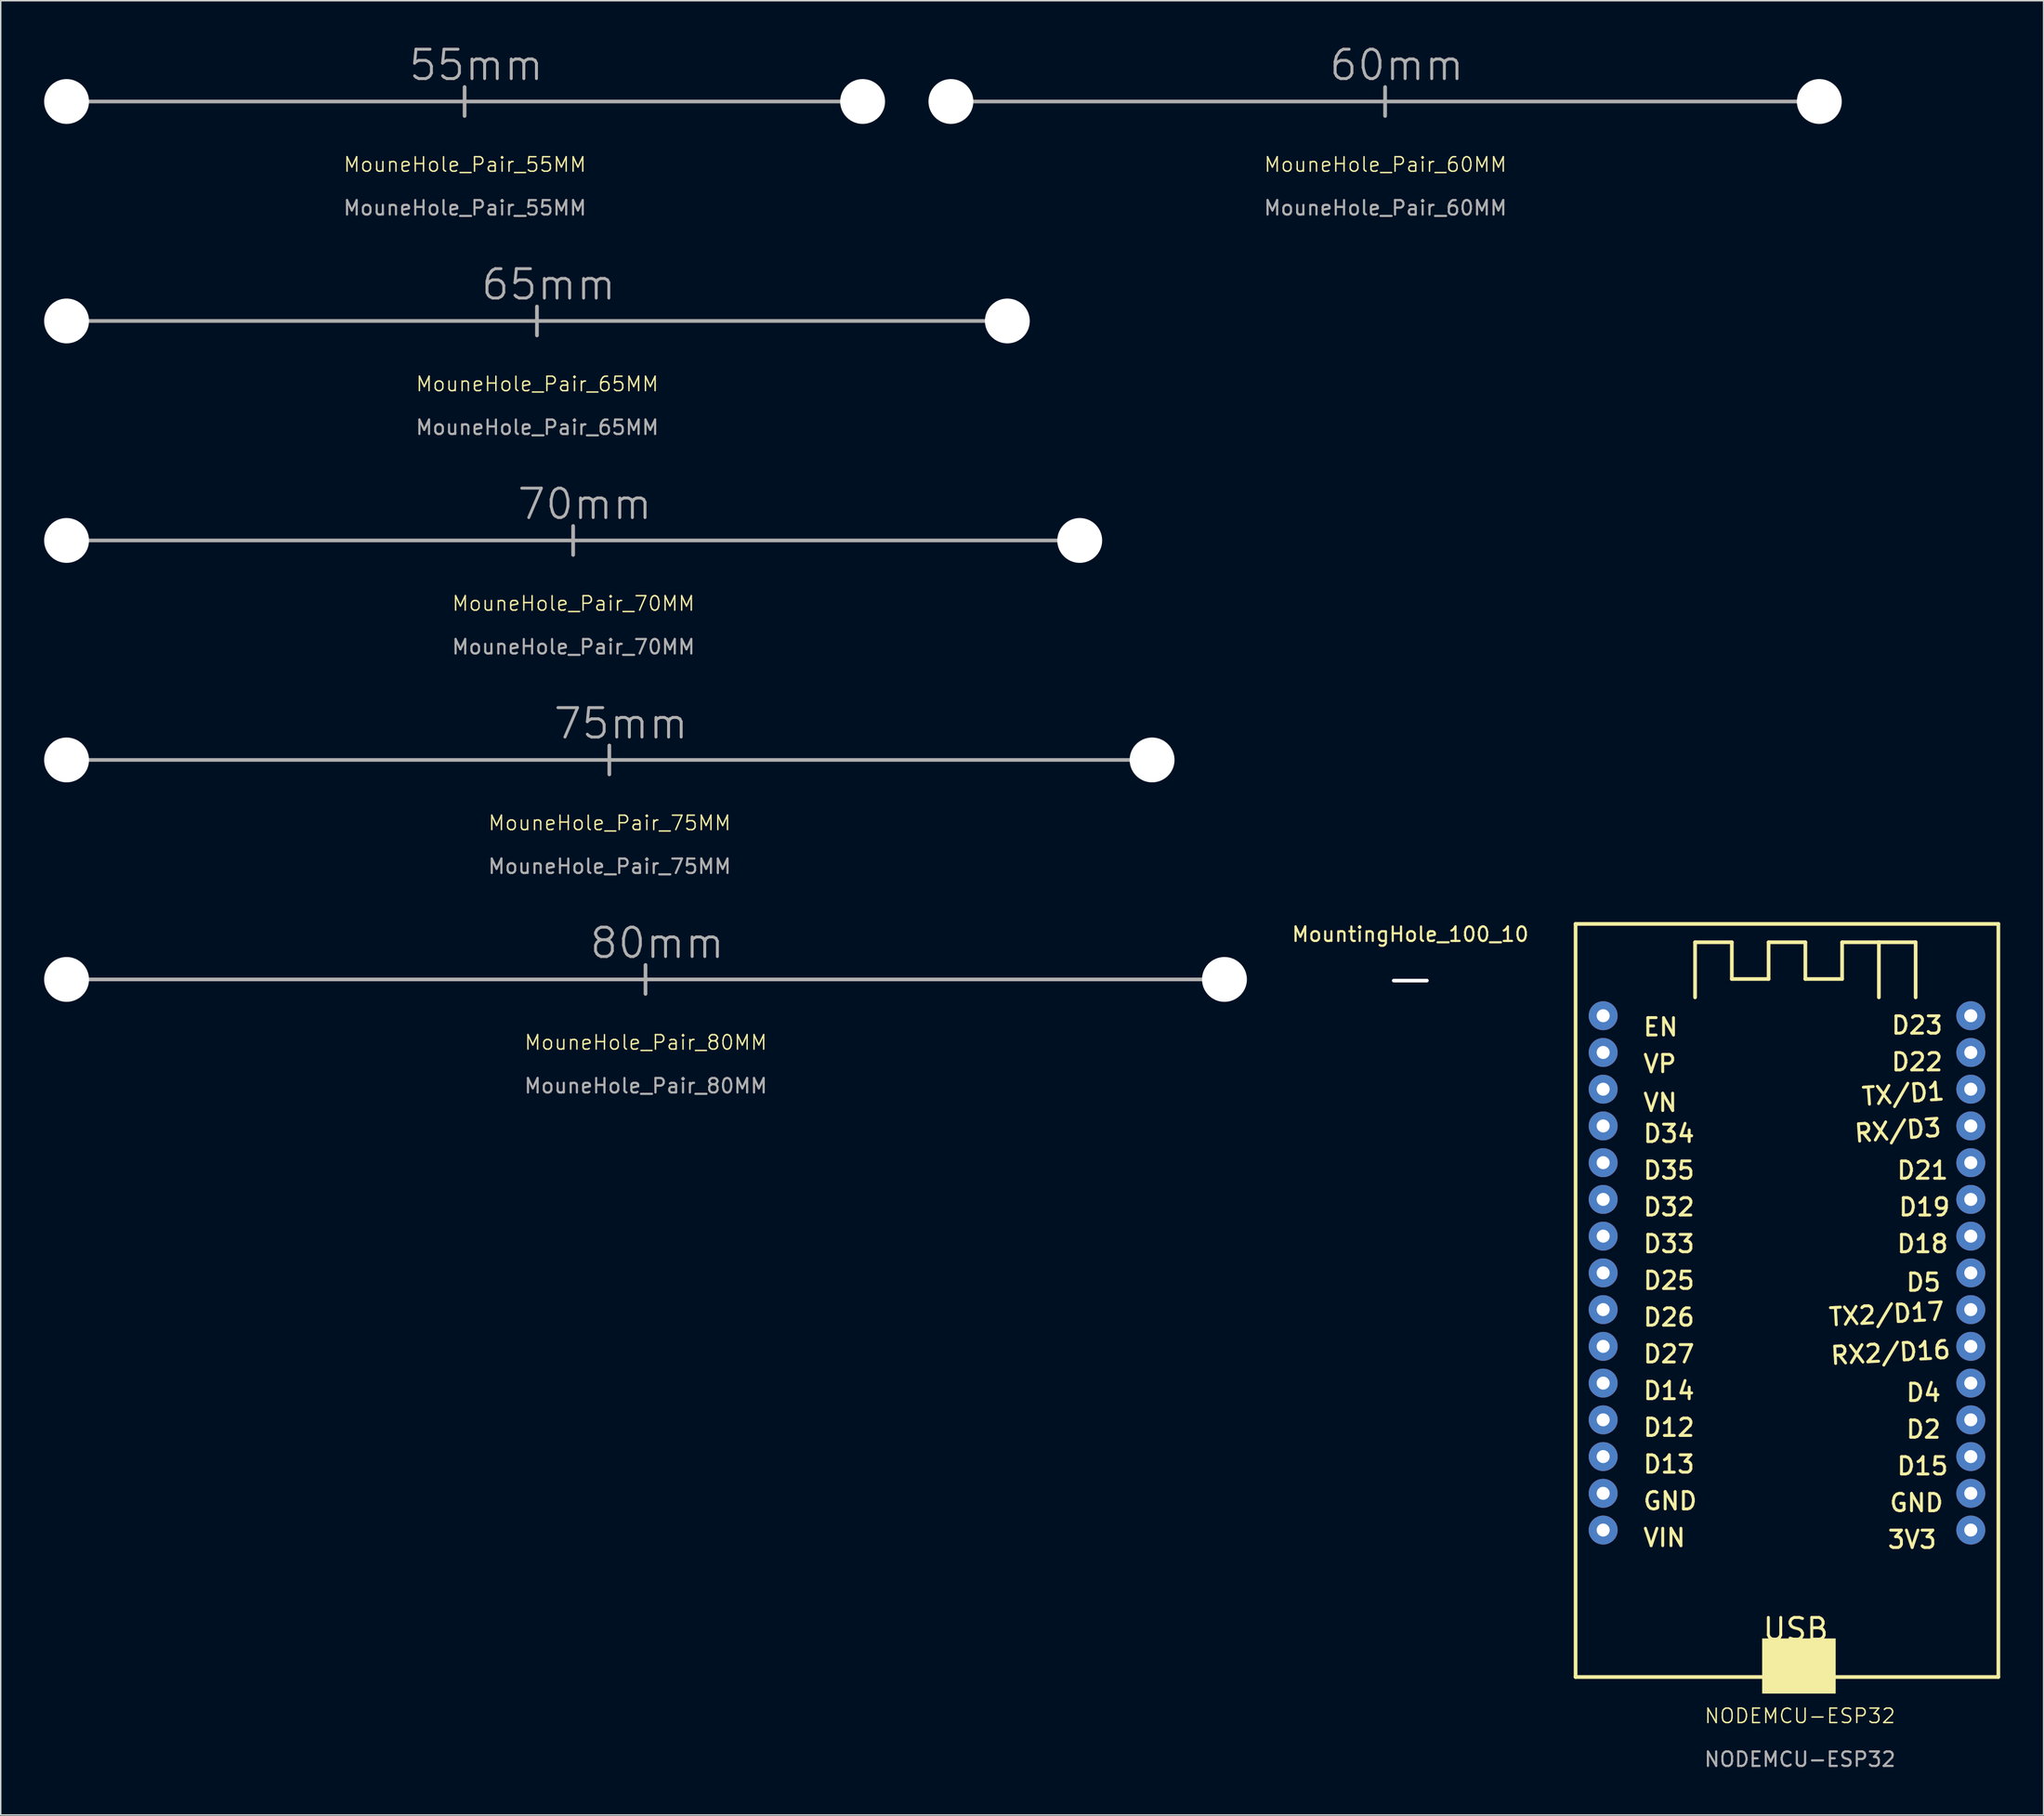
<source format=kicad_pcb>
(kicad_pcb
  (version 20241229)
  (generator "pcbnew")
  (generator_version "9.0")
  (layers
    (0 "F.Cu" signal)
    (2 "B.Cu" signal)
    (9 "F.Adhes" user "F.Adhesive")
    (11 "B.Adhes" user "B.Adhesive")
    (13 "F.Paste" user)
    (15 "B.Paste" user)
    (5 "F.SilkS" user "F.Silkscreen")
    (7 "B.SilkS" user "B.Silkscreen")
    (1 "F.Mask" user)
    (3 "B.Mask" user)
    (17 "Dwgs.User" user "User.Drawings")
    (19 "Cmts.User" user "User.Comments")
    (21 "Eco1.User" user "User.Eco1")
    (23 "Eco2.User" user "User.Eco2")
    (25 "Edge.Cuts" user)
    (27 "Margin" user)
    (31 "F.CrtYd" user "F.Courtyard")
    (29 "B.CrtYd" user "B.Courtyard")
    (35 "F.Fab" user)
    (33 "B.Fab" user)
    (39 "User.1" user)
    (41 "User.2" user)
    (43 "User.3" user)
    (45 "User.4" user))
  (footprint "MouneHole_Pair_70MM"
    (layer "F.Cu")
    (at 36.55 34.316)
    (property "Reference" "MouneHole_Pair_70MM" (at 0.02 4.36 0) (unlocked yes) (layer "F.SilkS") (effects (font (size 1 1) (thickness 0.1))))
    (attr through_hole)
    (fp_line (start -35 0) (end 35 0) (stroke (width 0.254) (type solid)) (layer "F.Fab"))
    (fp_line (start 0 1) (end 0 -1) (stroke (width 0.254) (type solid)) (layer "F.Fab"))
    (fp_text user "${REFERENCE}" (at 0.02 7.36 0) (unlocked yes) (layer "F.Fab") (effects (font (size 1 1) (thickness 0.15))))
    (fp_text user "70mm" (at -3.975 -1.325 0) (unlocked yes) (layer "F.Fab") (effects (font (size 2.032 2.032) (thickness 0.203)) (justify left bottom)))
    (pad "" np_thru_hole circle (at -35 0) (size 3.1 3.1) (drill 3.1) (layers "*.Cu" "*.Mask"))
    (pad "" np_thru_hole circle (at 35 0) (size 3.1 3.1) (drill 3.1) (layers "*.Cu" "*.Mask")))
  (footprint "MouneHole_Pair_55MM"
    (layer "F.Cu")
    (at 29.05 3.967)
    (property "Reference" "MouneHole_Pair_55MM" (at 0.02 4.36 0) (unlocked yes) (layer "F.SilkS") (effects (font (size 1 1) (thickness 0.1))))
    (attr through_hole)
    (fp_line (start -27.5 0) (end 27.5 0) (stroke (width 0.254) (type solid)) (layer "F.Fab"))
    (fp_line (start 0 1) (end 0 -1) (stroke (width 0.254) (type solid)) (layer "F.Fab"))
    (fp_text user "55mm" (at -3.975 -1.325 0) (unlocked yes) (layer "F.Fab") (effects (font (size 2.032 2.032) (thickness 0.203)) (justify left bottom)))
    (fp_text user "${REFERENCE}" (at 0.02 7.36 0) (unlocked yes) (layer "F.Fab") (effects (font (size 1 1) (thickness 0.15))))
    (pad "" np_thru_hole circle (at -27.5 0) (size 3.1 3.1) (drill 3.1) (layers "*.Cu" "*.Mask"))
    (pad "" np_thru_hole circle (at 27.5 0) (size 3.1 3.1) (drill 3.1) (layers "*.Cu" "*.Mask")))
  (footprint "MountingHole_100_10"
    (layer "F.Cu")
    (at 94.392 64.748)
    (property "Reference" "MountingHole_100_10" (at 0 -3.2 0) (layer "F.SilkS") (effects (font (size 1 1) (thickness 0.15))))
    (attr exclude_from_pos_files exclude_from_bom)
    (pad "" np_thru_hole oval (at 0 0) (size 2.54 0.254) (drill oval 2.54 0.254) (layers "*.Cu" "*.Mask")))
  (footprint "MouneHole_Pair_60MM"
    (layer "F.Cu")
    (at 92.65 3.967)
    (property "Reference" "MouneHole_Pair_60MM" (at 0.02 4.36 0) (unlocked yes) (layer "F.SilkS") (effects (font (size 1 1) (thickness 0.1))))
    (attr through_hole)
    (fp_line (start -30 0) (end 30 0) (stroke (width 0.254) (type solid)) (layer "F.Fab"))
    (fp_line (start 0 1) (end 0 -1) (stroke (width 0.254) (type solid)) (layer "F.Fab"))
    (fp_text user "${REFERENCE}" (at 0.02 7.36 0) (unlocked yes) (layer "F.Fab") (effects (font (size 1 1) (thickness 0.15))))
    (fp_text user "60mm" (at -3.975 -1.325 0) (unlocked yes) (layer "F.Fab") (effects (font (size 2.032 2.032) (thickness 0.203)) (justify left bottom)))
    (pad "" np_thru_hole circle (at -30 0) (size 3.1 3.1) (drill 3.1) (layers "*.Cu" "*.Mask"))
    (pad "" np_thru_hole circle (at 30 0) (size 3.1 3.1) (drill 3.1) (layers "*.Cu" "*.Mask")))
  (footprint "MouneHole_Pair_80MM"
    (layer "F.Cu")
    (at 41.55 64.666)
    (property "Reference" "MouneHole_Pair_80MM" (at 0.02 4.36 0) (unlocked yes) (layer "F.SilkS") (effects (font (size 1 1) (thickness 0.1))))
    (attr through_hole)
    (fp_line (start -40 0) (end 40 0) (stroke (width 0.254) (type solid)) (layer "F.Fab"))
    (fp_line (start 0 1) (end 0 -1) (stroke (width 0.254) (type solid)) (layer "F.Fab"))
    (fp_text user "${REFERENCE}" (at 0.02 7.36 0) (unlocked yes) (layer "F.Fab") (effects (font (size 1 1) (thickness 0.15))))
    (fp_text user "80mm" (at -3.975 -1.325 0) (unlocked yes) (layer "F.Fab") (effects (font (size 2.032 2.032) (thickness 0.203)) (justify left bottom)))
    (pad "" np_thru_hole circle (at -40 0) (size 3.1 3.1) (drill 3.1) (layers "*.Cu" "*.Mask"))
    (pad "" np_thru_hole circle (at 40 0) (size 3.1 3.1) (drill 3.1) (layers "*.Cu" "*.Mask")))
  (footprint "MouneHole_Pair_65MM"
    (layer "F.Cu")
    (at 34.05 19.141)
    (property "Reference" "MouneHole_Pair_65MM" (at 0.02 4.36 0) (unlocked yes) (layer "F.SilkS") (effects (font (size 1 1) (thickness 0.1))))
    (attr through_hole)
    (fp_line (start -32.5 0) (end 32.5 0) (stroke (width 0.254) (type solid)) (layer "F.Fab"))
    (fp_line (start 0 1) (end 0 -1) (stroke (width 0.254) (type solid)) (layer "F.Fab"))
    (fp_text user "${REFERENCE}" (at 0.02 7.36 0) (unlocked yes) (layer "F.Fab") (effects (font (size 1 1) (thickness 0.15))))
    (fp_text user "65mm" (at -3.975 -1.325 0) (unlocked yes) (layer "F.Fab") (effects (font (size 2.032 2.032) (thickness 0.203)) (justify left bottom)))
    (pad "" np_thru_hole circle (at -32.5 0) (size 3.1 3.1) (drill 3.1) (layers "*.Cu" "*.Mask"))
    (pad "" np_thru_hole circle (at 32.5 0) (size 3.1 3.1) (drill 3.1) (layers "*.Cu" "*.Mask")))
  (footprint "NODEMCU-ESP32"
    (layer "F.Cu")
    (at 121.481 87.256)
    (property "Reference" "NODEMCU-ESP32" (at -0.17 28.33 0) (unlocked yes) (layer "F.SilkS") (effects (font (size 1 1) (thickness 0.1))))
    (attr through_hole)
    (fp_line (start -15.67 -26.43) (end 13.54 -26.43) (stroke (width 0.254) (type solid)) (layer "F.SilkS"))
    (fp_line (start -15.67 25.64) (end -15.67 -26.43) (stroke (width 0.254) (type solid)) (layer "F.SilkS"))
    (fp_line (start -15.67 25.64) (end 13.54 25.64) (stroke (width 0.254) (type solid)) (layer "F.SilkS"))
    (fp_line (start -7.415 -25.16) (end -4.875 -25.16) (stroke (width 0.254) (type solid)) (layer "F.SilkS"))
    (fp_line (start -7.415 -21.35) (end -7.415 -25.16) (stroke (width 0.254) (type solid)) (layer "F.SilkS"))
    (fp_line (start -4.875 -22.62) (end -4.875 -25.16) (stroke (width 0.254) (type solid)) (layer "F.SilkS"))
    (fp_line (start -4.875 -22.62) (end -2.335 -22.62) (stroke (width 0.254) (type solid)) (layer "F.SilkS"))
    (fp_line (start -2.335 -25.16) (end 0.205 -25.16) (stroke (width 0.254) (type solid)) (layer "F.SilkS"))
    (fp_line (start -2.335 -22.62) (end -2.335 -25.16) (stroke (width 0.254) (type solid)) (layer "F.SilkS"))
    (fp_line (start 0.205 -22.62) (end 0.205 -25.16) (stroke (width 0.254) (type solid)) (layer "F.SilkS"))
    (fp_line (start 0.205 -22.62) (end 2.745 -22.62) (stroke (width 0.254) (type solid)) (layer "F.SilkS"))
    (fp_line (start 2.745 -25.16) (end 5.285 -25.16) (stroke (width 0.254) (type solid)) (layer "F.SilkS"))
    (fp_line (start 2.745 -22.62) (end 2.745 -25.16) (stroke (width 0.254) (type solid)) (layer "F.SilkS"))
    (fp_line (start 5.285 -25.16) (end 7.825 -25.16) (stroke (width 0.254) (type solid)) (layer "F.SilkS"))
    (fp_line (start 5.285 -21.35) (end 5.285 -25.16) (stroke (width 0.254) (type solid)) (layer "F.SilkS"))
    (fp_line (start 7.825 -21.35) (end 7.825 -25.16) (stroke (width 0.254) (type solid)) (layer "F.SilkS"))
    (fp_line (start 13.54 25.64) (end 13.54 -26.43) (stroke (width 0.254) (type solid)) (layer "F.SilkS"))
    (fp_poly (pts (xy -2.78 22.974) (xy 2.3 22.974) (xy 2.3 26.784) (xy -2.78 26.784)) (stroke (width 0) (type default)) (fill yes) (layer "F.SilkS"))
    (fp_line (start -0.24 0.05) (end -0.239 0.05) (stroke (width 0.003) (type solid)) (layer "Eco1.User"))
    (fp_text user "D35" (at -11.098 -8.685 0) (unlocked yes) (layer "F.SilkS") (effects (font (size 1.2 1.2) (thickness 0.203)) (justify left bottom)))
    (fp_text user "D12" (at -11.098 9.095 0) (unlocked yes) (layer "F.SilkS") (effects (font (size 1.2 1.2) (thickness 0.203)) (justify left bottom)))
    (fp_text user "D15" (at 6.428 11.762 0) (unlocked yes) (layer "F.SilkS") (effects (font (size 1.2 1.2) (thickness 0.203)) (justify left bottom)))
    (fp_text user "D5" (at 7.063 -0.938 0) (unlocked yes) (layer "F.SilkS") (effects (font (size 1.2 1.2) (thickness 0.203)) (justify left bottom)))
    (fp_text user "VN" (at -11.098 -13.369 0) (unlocked yes) (layer "F.SilkS") (effects (font (size 1.2 1.2) (thickness 0.203)) (justify left bottom)))
    (fp_text user "D26" (at -11.098 1.475 0) (unlocked yes) (layer "F.SilkS") (effects (font (size 1.2 1.2) (thickness 0.203)) (justify left bottom)))
    (fp_text user "TX/D1" (at 4.057 -13.766 4) (unlocked yes) (layer "F.SilkS") (effects (font (size 1.2 1.2) (thickness 0.203)) (justify left bottom)))
    (fp_text user "D27" (at -11.098 4.015 0) (unlocked yes) (layer "F.SilkS") (effects (font (size 1.2 1.2) (thickness 0.203)) (justify left bottom)))
    (fp_text user "D34" (at -11.098 -11.225 0) (unlocked yes) (layer "F.SilkS") (effects (font (size 1.2 1.2) (thickness 0.203)) (justify left bottom)))
    (fp_text user "D19" (at 6.555 -6.145 0) (unlocked yes) (layer "F.SilkS") (effects (font (size 1.2 1.2) (thickness 0.203)) (justify left bottom)))
    (fp_text user "D14" (at -11.098 6.555 0) (unlocked yes) (layer "F.SilkS") (effects (font (size 1.2 1.2) (thickness 0.203)) (justify left bottom)))
    (fp_text user "D23" (at 6.047 -18.718 0) (unlocked yes) (layer "F.SilkS") (effects (font (size 1.2 1.2) (thickness 0.203)) (justify left bottom)))
    (fp_text user "D13" (at -11.098 11.635 0) (unlocked yes) (layer "F.SilkS") (effects (font (size 1.2 1.2) (thickness 0.203)) (justify left bottom)))
    (fp_text user "D25" (at -11.098 -1.065 0) (unlocked yes) (layer "F.SilkS") (effects (font (size 1.2 1.2) (thickness 0.203)) (justify left bottom)))
    (fp_text user "TX2/D17" (at 1.76 1.474 3) (unlocked yes) (layer "F.SilkS") (effects (font (size 1.2 1.2) (thickness 0.203)) (justify left bottom)))
    (fp_text user "USB" (at -2.843 23.215 0) (unlocked yes) (layer "F.SilkS") (effects (font (size 1.5 1.5) (thickness 0.203)) (justify left bottom)))
    (fp_text user "VP" (at -11.098 -16.051 0) (unlocked yes) (layer "F.SilkS") (effects (font (size 1.2 1.2) (thickness 0.203)) (justify left bottom)))
    (fp_text user "D2" (at 7.063 9.222 0) (unlocked yes) (layer "F.SilkS") (effects (font (size 1.2 1.2) (thickness 0.203)) (justify left bottom)))
    (fp_text user "3V3" (at 5.793 16.842 0) (unlocked yes) (layer "F.SilkS") (effects (font (size 1.2 1.2) (thickness 0.203)) (justify left bottom)))
    (fp_text user "VIN" (at -11.098 16.715 0) (unlocked yes) (layer "F.SilkS") (effects (font (size 1.2 1.2) (thickness 0.203)) (justify left bottom)))
    (fp_text user "D18" (at 6.428 -3.605 0) (unlocked yes) (layer "F.SilkS") (effects (font (size 1.2 1.2) (thickness 0.203)) (justify left bottom)))
    (fp_text user "RX2/D16" (at 1.887 4.141 3) (unlocked yes) (layer "F.SilkS") (effects (font (size 1.2 1.2) (thickness 0.203)) (justify left bottom)))
    (fp_text user "D22" (at 6.047 -16.178 0) (unlocked yes) (layer "F.SilkS") (effects (font (size 1.2 1.2) (thickness 0.203)) (justify left bottom)))
    (fp_text user "D4" (at 7.063 6.682 0) (unlocked yes) (layer "F.SilkS") (effects (font (size 1.2 1.2) (thickness 0.203)) (justify left bottom)))
    (fp_text user "RX/D3" (at 3.549 -11.226 4) (unlocked yes) (layer "F.SilkS") (effects (font (size 1.2 1.2) (thickness 0.203)) (justify left bottom)))
    (fp_text user "GND" (at -11.098 14.175 0) (unlocked yes) (layer "F.SilkS") (effects (font (size 1.2 1.2) (thickness 0.203)) (justify left bottom)))
    (fp_text user "D32" (at -11.098 -6.145 0) (unlocked yes) (layer "F.SilkS") (effects (font (size 1.2 1.2) (thickness 0.203)) (justify left bottom)))
    (fp_text user "D33" (at -11.098 -3.605 0) (unlocked yes) (layer "F.SilkS") (effects (font (size 1.2 1.2) (thickness 0.203)) (justify left bottom)))
    (fp_text user "GND" (at 5.92 14.302 0) (unlocked yes) (layer "F.SilkS") (effects (font (size 1.2 1.2) (thickness 0.203)) (justify left bottom)))
    (fp_text user "D21" (at 6.428 -8.685 0) (unlocked yes) (layer "F.SilkS") (effects (font (size 1.2 1.2) (thickness 0.203)) (justify left bottom)))
    (fp_text user "EN" (at -11.098 -18.591 0) (unlocked yes) (layer "F.SilkS") (effects (font (size 1.2 1.2) (thickness 0.203)) (justify left bottom)))
    (fp_text user "${REFERENCE}" (at -0.17 31.33 0) (unlocked yes) (layer "F.Fab") (effects (font (size 1 1) (thickness 0.15))))
    (pad "1" thru_hole circle (at -13.765 -20.08) (size 2 2) (drill 0.9) (layers "*.Cu" "*.Mask"))
    (pad "2" thru_hole circle (at -13.765 -17.54) (size 2 2) (drill 0.9) (layers "*.Cu" "*.Mask"))
    (pad "3" thru_hole circle (at -13.765 -15) (size 2 2) (drill 0.9) (layers "*.Cu" "*.Mask"))
    (pad "4" thru_hole circle (at -13.765 -12.46) (size 2 2) (drill 0.9) (layers "*.Cu" "*.Mask"))
    (pad "5" thru_hole circle (at -13.765 -9.92) (size 2 2) (drill 0.9) (layers "*.Cu" "*.Mask"))
    (pad "6" thru_hole circle (at -13.765 -7.38) (size 2 2) (drill 0.9) (layers "*.Cu" "*.Mask"))
    (pad "7" thru_hole circle (at -13.765 -4.84) (size 2 2) (drill 0.9) (layers "*.Cu" "*.Mask"))
    (pad "8" thru_hole circle (at -13.765 -2.3) (size 2 2) (drill 0.9) (layers "*.Cu" "*.Mask"))
    (pad "9" thru_hole circle (at -13.765 0.24) (size 2 2) (drill 0.9) (layers "*.Cu" "*.Mask"))
    (pad "10" thru_hole circle (at -13.765 2.78) (size 2 2) (drill 0.9) (layers "*.Cu" "*.Mask"))
    (pad "11" thru_hole circle (at -13.765 5.32) (size 2 2) (drill 0.9) (layers "*.Cu" "*.Mask"))
    (pad "12" thru_hole circle (at -13.765 7.86) (size 2 2) (drill 0.9) (layers "*.Cu" "*.Mask"))
    (pad "13" thru_hole circle (at -13.765 10.4) (size 2 2) (drill 0.9) (layers "*.Cu" "*.Mask"))
    (pad "14" thru_hole circle (at -13.765 12.94) (size 2 2) (drill 0.9) (layers "*.Cu" "*.Mask"))
    (pad "15" thru_hole circle (at -13.765 15.48) (size 2 2) (drill 0.9) (layers "*.Cu" "*.Mask"))
    (pad "16" thru_hole circle (at 11.635 15.48) (size 2 2) (drill 0.9) (layers "*.Cu" "*.Mask"))
    (pad "17" thru_hole circle (at 11.635 12.94) (size 2 2) (drill 0.9) (layers "*.Cu" "*.Mask"))
    (pad "18" thru_hole circle (at 11.635 10.4) (size 2 2) (drill 0.9) (layers "*.Cu" "*.Mask"))
    (pad "19" thru_hole circle (at 11.635 7.86) (size 2 2) (drill 0.9) (layers "*.Cu" "*.Mask"))
    (pad "20" thru_hole circle (at 11.635 5.32) (size 2 2) (drill 0.9) (layers "*.Cu" "*.Mask"))
    (pad "21" thru_hole circle (at 11.635 2.78) (size 2 2) (drill 0.9) (layers "*.Cu" "*.Mask"))
    (pad "22" thru_hole circle (at 11.635 0.24) (size 2 2) (drill 0.9) (layers "*.Cu" "*.Mask"))
    (pad "23" thru_hole circle (at 11.635 -2.3) (size 2 2) (drill 0.9) (layers "*.Cu" "*.Mask"))
    (pad "24" thru_hole circle (at 11.635 -4.84) (size 2 2) (drill 0.9) (layers "*.Cu" "*.Mask"))
    (pad "25" thru_hole circle (at 11.635 -7.38) (size 2 2) (drill 0.9) (layers "*.Cu" "*.Mask"))
    (pad "26" thru_hole circle (at 11.635 -9.92) (size 2 2) (drill 0.9) (layers "*.Cu" "*.Mask"))
    (pad "27" thru_hole circle (at 11.635 -12.46) (size 2 2) (drill 0.9) (layers "*.Cu" "*.Mask"))
    (pad "28" thru_hole circle (at 11.635 -15) (size 2 2) (drill 0.9) (layers "*.Cu" "*.Mask"))
    (pad "29" thru_hole circle (at 11.635 -17.54) (size 2 2) (drill 0.9) (layers "*.Cu" "*.Mask"))
    (pad "30" thru_hole circle (at 11.635 -20.08) (size 2 2) (drill 0.9) (layers "*.Cu" "*.Mask")))
  (footprint "MouneHole_Pair_75MM"
    (layer "F.Cu")
    (at 39.05 49.491)
    (property "Reference" "MouneHole_Pair_75MM" (at 0.02 4.36 0) (unlocked yes) (layer "F.SilkS") (effects (font (size 1 1) (thickness 0.1))))
    (attr through_hole)
    (fp_line (start -37.5 0) (end 37.5 0) (stroke (width 0.254) (type solid)) (layer "F.Fab"))
    (fp_line (start 0 1) (end 0 -1) (stroke (width 0.254) (type solid)) (layer "F.Fab"))
    (fp_text user "${REFERENCE}" (at 0.02 7.36 0) (unlocked yes) (layer "F.Fab") (effects (font (size 1 1) (thickness 0.15))))
    (fp_text user "75mm" (at -3.975 -1.325 0) (unlocked yes) (layer "F.Fab") (effects (font (size 2.032 2.032) (thickness 0.203)) (justify left bottom)))
    (pad "" np_thru_hole circle (at -37.5 0) (size 3.1 3.1) (drill 3.1) (layers "*.Cu" "*.Mask"))
    (pad "" np_thru_hole circle (at 37.5 0) (size 3.1 3.1) (drill 3.1) (layers "*.Cu" "*.Mask")))
  (gr_rect
    (start -3 -3)
    (end 138.147 122.434)
    (stroke (width 0.1) (type default))
    (fill no)
    (layer "Edge.Cuts")))
</source>
